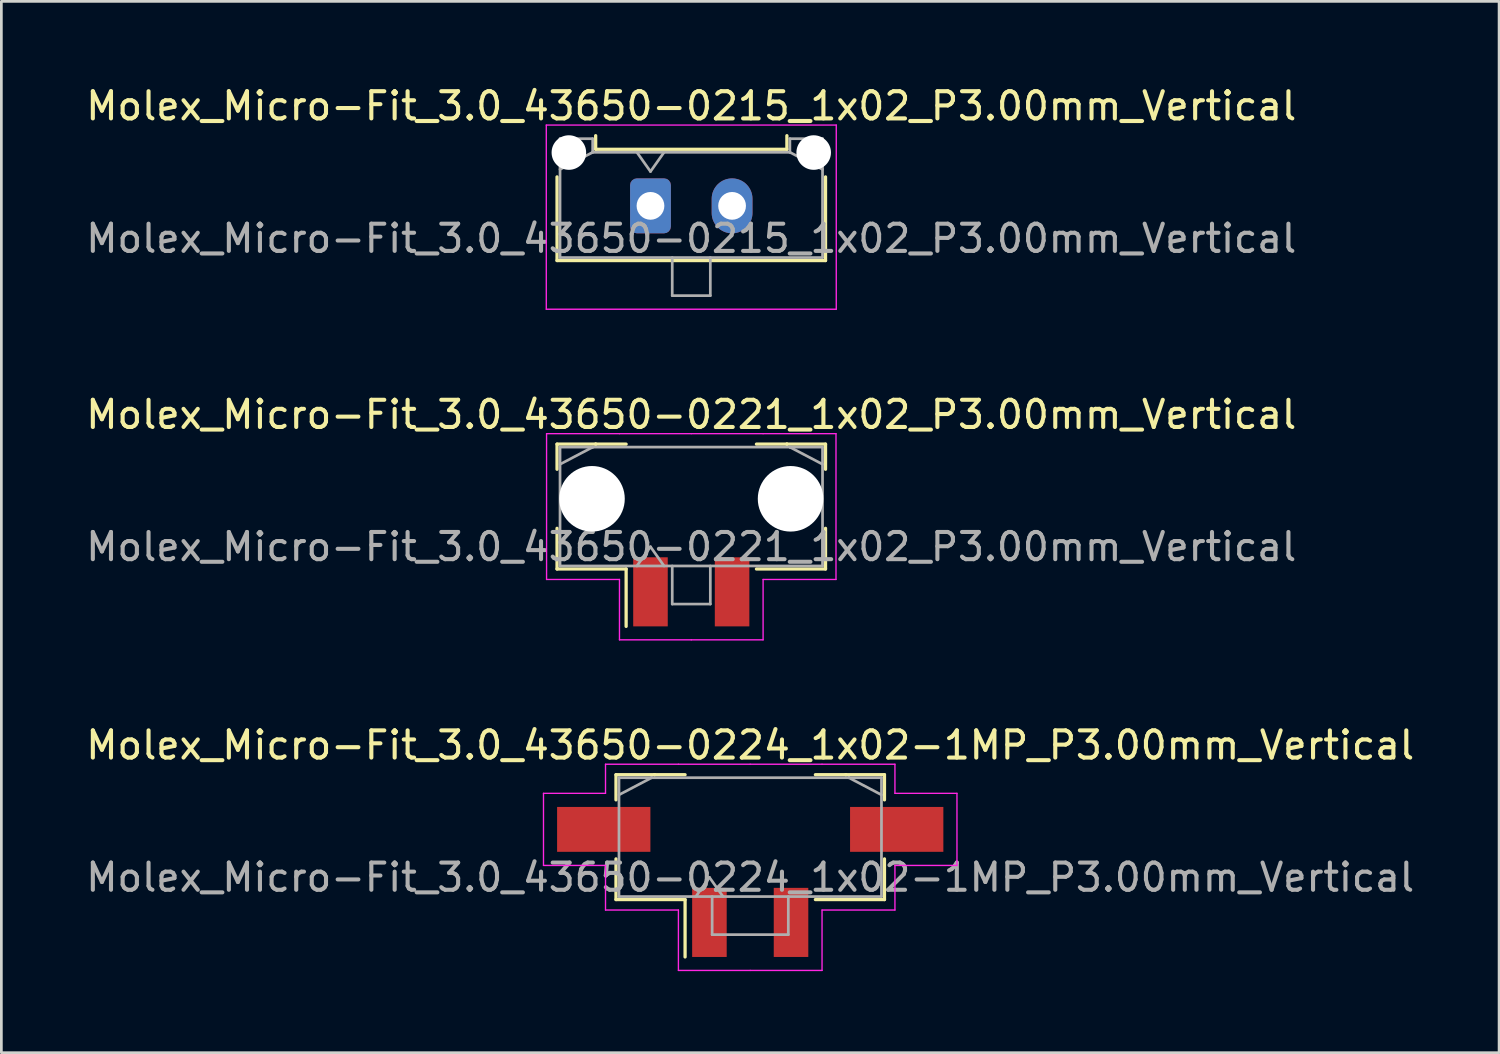
<source format=kicad_pcb>
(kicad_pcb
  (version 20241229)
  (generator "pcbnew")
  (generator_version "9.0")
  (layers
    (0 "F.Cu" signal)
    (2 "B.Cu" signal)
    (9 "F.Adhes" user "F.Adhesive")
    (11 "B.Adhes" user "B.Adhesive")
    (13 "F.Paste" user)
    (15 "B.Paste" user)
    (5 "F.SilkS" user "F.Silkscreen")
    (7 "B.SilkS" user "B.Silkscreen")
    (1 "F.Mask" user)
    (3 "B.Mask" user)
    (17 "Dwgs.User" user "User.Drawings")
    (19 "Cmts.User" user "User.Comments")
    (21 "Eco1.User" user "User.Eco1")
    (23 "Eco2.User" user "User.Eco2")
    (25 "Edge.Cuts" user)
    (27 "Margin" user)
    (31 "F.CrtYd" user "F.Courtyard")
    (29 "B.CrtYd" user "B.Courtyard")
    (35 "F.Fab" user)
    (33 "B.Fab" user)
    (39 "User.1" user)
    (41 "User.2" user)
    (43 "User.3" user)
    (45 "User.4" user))
  (footprint "Molex_Micro-Fit_3.0_43650-0221_1x02_P3.00mm_Vertical"
    (layer "F.Cu")
    (at 22.363 15.572)
    (property "Reference" "Molex_Micro-Fit_3.0_43650-0221_1x02_P3.00mm_Vertical" (at 0 -3.38 0) (layer "F.SilkS") (effects (font (size 1 1) (thickness 0.15))))
    (attr smd)
    (fp_line (start -4.935 -2.295) (end -3.515 -2.295) (stroke (width 0.12) (type solid)) (layer "F.SilkS"))
    (fp_line (start -4.935 -1.37) (end -4.935 -2.295) (stroke (width 0.12) (type solid)) (layer "F.SilkS"))
    (fp_line (start -4.935 0.8) (end -4.935 2.295) (stroke (width 0.12) (type solid)) (layer "F.SilkS"))
    (fp_line (start -4.935 2.295) (end -2.395 2.295) (stroke (width 0.12) (type solid)) (layer "F.SilkS"))
    (fp_line (start -3.515 -2.295) (end -3.515 -2.295) (stroke (width 0.12) (type solid)) (layer "F.SilkS"))
    (fp_line (start -3.515 -2.295) (end -2.395 -2.295) (stroke (width 0.12) (type solid)) (layer "F.SilkS"))
    (fp_line (start -2.395 2.295) (end -2.395 4.405) (stroke (width 0.12) (type solid)) (layer "F.SilkS"))
    (fp_line (start 3.515 -2.295) (end 2.395 -2.295) (stroke (width 0.12) (type solid)) (layer "F.SilkS"))
    (fp_line (start 3.515 -2.295) (end 3.515 -2.295) (stroke (width 0.12) (type solid)) (layer "F.SilkS"))
    (fp_line (start 4.935 -2.295) (end 3.515 -2.295) (stroke (width 0.12) (type solid)) (layer "F.SilkS"))
    (fp_line (start 4.935 -1.37) (end 4.935 -2.295) (stroke (width 0.12) (type solid)) (layer "F.SilkS"))
    (fp_line (start 4.935 0.8) (end 4.935 2.295) (stroke (width 0.12) (type solid)) (layer "F.SilkS"))
    (fp_line (start 4.935 2.295) (end 2.395 2.295) (stroke (width 0.12) (type solid)) (layer "F.SilkS"))
    (fp_line (start -5.32 -2.68) (end -5.32 2.68) (stroke (width 0.05) (type solid)) (layer "F.CrtYd"))
    (fp_line (start -5.32 2.68) (end -2.64 2.68) (stroke (width 0.05) (type solid)) (layer "F.CrtYd"))
    (fp_line (start -2.64 -2.68) (end -5.32 -2.68) (stroke (width 0.05) (type solid)) (layer "F.CrtYd"))
    (fp_line (start -2.64 2.68) (end -2.64 4.9) (stroke (width 0.05) (type solid)) (layer "F.CrtYd"))
    (fp_line (start -2.64 4.9) (end 0 4.9) (stroke (width 0.05) (type solid)) (layer "F.CrtYd"))
    (fp_line (start 0 -2.68) (end -2.64 -2.68) (stroke (width 0.05) (type solid)) (layer "F.CrtYd"))
    (fp_line (start 0 -2.68) (end 2.64 -2.68) (stroke (width 0.05) (type solid)) (layer "F.CrtYd"))
    (fp_line (start 2.64 -2.68) (end 5.32 -2.68) (stroke (width 0.05) (type solid)) (layer "F.CrtYd"))
    (fp_line (start 2.64 2.68) (end 2.64 4.9) (stroke (width 0.05) (type solid)) (layer "F.CrtYd"))
    (fp_line (start 2.64 4.9) (end 0 4.9) (stroke (width 0.05) (type solid)) (layer "F.CrtYd"))
    (fp_line (start 5.32 -2.68) (end 5.32 2.68) (stroke (width 0.05) (type solid)) (layer "F.CrtYd"))
    (fp_line (start 5.32 2.68) (end 2.64 2.68) (stroke (width 0.05) (type solid)) (layer "F.CrtYd"))
    (fp_line (start -4.825 -2.185) (end -4.825 2.185) (stroke (width 0.1) (type solid)) (layer "F.Fab"))
    (fp_line (start -4.825 -1.555) (end -3.625 -2.185) (stroke (width 0.1) (type solid)) (layer "F.Fab"))
    (fp_line (start -4.825 2.185) (end 4.825 2.185) (stroke (width 0.1) (type solid)) (layer "F.Fab"))
    (fp_line (start -3.625 -2.185) (end -4.825 -2.185) (stroke (width 0.1) (type solid)) (layer "F.Fab"))
    (fp_line (start -3.625 -2.185) (end -3.625 -2.185) (stroke (width 0.1) (type solid)) (layer "F.Fab"))
    (fp_line (start -2 2.185) (end -1.5 1.478) (stroke (width 0.1) (type solid)) (layer "F.Fab"))
    (fp_line (start -1.5 1.478) (end -1 2.185) (stroke (width 0.1) (type solid)) (layer "F.Fab"))
    (fp_line (start -0.7 2.185) (end -0.7 3.585) (stroke (width 0.1) (type solid)) (layer "F.Fab"))
    (fp_line (start -0.7 3.585) (end 0.7 3.585) (stroke (width 0.1) (type solid)) (layer "F.Fab"))
    (fp_line (start 0.7 3.585) (end 0.7 2.185) (stroke (width 0.1) (type solid)) (layer "F.Fab"))
    (fp_line (start 3.625 -2.185) (end -3.625 -2.185) (stroke (width 0.1) (type solid)) (layer "F.Fab"))
    (fp_line (start 3.625 -2.185) (end 3.625 -2.185) (stroke (width 0.1) (type solid)) (layer "F.Fab"))
    (fp_line (start 4.825 -2.185) (end 3.625 -2.185) (stroke (width 0.1) (type solid)) (layer "F.Fab"))
    (fp_line (start 4.825 -1.555) (end 3.625 -2.185) (stroke (width 0.1) (type solid)) (layer "F.Fab"))
    (fp_line (start 4.825 2.185) (end 4.825 -2.185) (stroke (width 0.1) (type solid)) (layer "F.Fab"))
    (fp_text user "${REFERENCE}" (at 0 1.48 0) (layer "F.Fab") (effects (font (size 1 1) (thickness 0.15))))
    (pad "" np_thru_hole circle (at -3.65 -0.285) (size 2.41 2.41) (drill 2.41) (layers "*.Cu" "*.Mask"))
    (pad "" np_thru_hole circle (at 3.65 -0.285) (size 2.41 2.41) (drill 2.41) (layers "*.Cu" "*.Mask"))
    (pad "1" smd rect (at -1.5 3.135) (size 1.27 2.54) (layers "F.Cu" "F.Mask" "F.Paste"))
    (pad "2" smd rect (at 1.5 3.135) (size 1.27 2.54) (layers "F.Cu" "F.Mask" "F.Paste")))
  (footprint "Molex_Micro-Fit_3.0_43650-0215_1x02_P3.00mm_Vertical"
    (layer "F.Cu")
    (at 20.863 4.518)
    (property "Reference" "Molex_Micro-Fit_3.0_43650-0215_1x02_P3.00mm_Vertical" (at 1.5 -3.67 0) (layer "F.SilkS") (effects (font (size 1 1) (thickness 0.15))))
    (fp_line (start -3.435 -1.065) (end -3.435 2.01) (stroke (width 0.12) (type solid)) (layer "F.SilkS"))
    (fp_line (start -3.435 2.01) (end 6.435 2.01) (stroke (width 0.12) (type solid)) (layer "F.SilkS"))
    (fp_line (start -2.015 -2.58) (end -2.015 -2.08) (stroke (width 0.12) (type solid)) (layer "F.SilkS"))
    (fp_line (start -2.015 -2.08) (end 5.015 -2.08) (stroke (width 0.12) (type solid)) (layer "F.SilkS"))
    (fp_line (start 5.015 -2.08) (end 5.015 -2.58) (stroke (width 0.12) (type solid)) (layer "F.SilkS"))
    (fp_line (start 6.435 2.01) (end 6.435 -1.065) (stroke (width 0.12) (type solid)) (layer "F.SilkS"))
    (fp_line (start -3.83 -2.97) (end 6.83 -2.97) (stroke (width 0.05) (type solid)) (layer "F.CrtYd"))
    (fp_line (start -3.83 3.8) (end -3.83 -2.97) (stroke (width 0.05) (type solid)) (layer "F.CrtYd"))
    (fp_line (start 6.83 -2.97) (end 6.83 3.8) (stroke (width 0.05) (type solid)) (layer "F.CrtYd"))
    (fp_line (start 6.83 3.8) (end -3.83 3.8) (stroke (width 0.05) (type solid)) (layer "F.CrtYd"))
    (fp_line (start -3.325 -2.47) (end -3.325 1.9) (stroke (width 0.1) (type solid)) (layer "F.Fab"))
    (fp_line (start -3.325 -1.34) (end -2.125 -1.97) (stroke (width 0.1) (type solid)) (layer "F.Fab"))
    (fp_line (start -3.325 1.9) (end 6.325 1.9) (stroke (width 0.1) (type solid)) (layer "F.Fab"))
    (fp_line (start -2.125 -2.47) (end -3.325 -2.47) (stroke (width 0.1) (type solid)) (layer "F.Fab"))
    (fp_line (start -2.125 -1.97) (end -2.125 -2.47) (stroke (width 0.1) (type solid)) (layer "F.Fab"))
    (fp_line (start -0.5 -1.97) (end 0 -1.263) (stroke (width 0.1) (type solid)) (layer "F.Fab"))
    (fp_line (start 0 -1.263) (end 0.5 -1.97) (stroke (width 0.1) (type solid)) (layer "F.Fab"))
    (fp_line (start 0.8 1.9) (end 0.8 3.3) (stroke (width 0.1) (type solid)) (layer "F.Fab"))
    (fp_line (start 0.8 3.3) (end 2.2 3.3) (stroke (width 0.1) (type solid)) (layer "F.Fab"))
    (fp_line (start 2.2 3.3) (end 2.2 1.9) (stroke (width 0.1) (type solid)) (layer "F.Fab"))
    (fp_line (start 5.125 -2.47) (end 5.125 -1.97) (stroke (width 0.1) (type solid)) (layer "F.Fab"))
    (fp_line (start 5.125 -1.97) (end -2.125 -1.97) (stroke (width 0.1) (type solid)) (layer "F.Fab"))
    (fp_line (start 6.325 -2.47) (end 5.125 -2.47) (stroke (width 0.1) (type solid)) (layer "F.Fab"))
    (fp_line (start 6.325 -1.34) (end 5.125 -1.97) (stroke (width 0.1) (type solid)) (layer "F.Fab"))
    (fp_line (start 6.325 1.9) (end 6.325 -2.47) (stroke (width 0.1) (type solid)) (layer "F.Fab"))
    (fp_text user "${REFERENCE}" (at 1.5 1.2 0) (layer "F.Fab") (effects (font (size 1 1) (thickness 0.15))))
    (pad "" np_thru_hole circle (at -3 -1.96) (size 1.27 1.27) (drill 1.27) (layers "*.Cu" "*.Mask"))
    (pad "" np_thru_hole circle (at 6 -1.96) (size 1.27 1.27) (drill 1.27) (layers "*.Cu" "*.Mask"))
    (pad "1" thru_hole roundrect (at 0 0) (size 1.5 2.02) (drill 1.02) (layers "*.Cu" "*.Mask") (roundrect_rratio 0.167))
    (pad "2" thru_hole oval (at 3 0) (size 1.5 2.02) (drill 1.02) (layers "*.Cu" "*.Mask")))
  (footprint "Molex_Micro-Fit_3.0_43650-0224_1x02-1MP_P3.00mm_Vertical"
    (layer "F.Cu")
    (at 24.53 27.725)
    (property "Reference" "Molex_Micro-Fit_3.0_43650-0224_1x02-1MP_P3.00mm_Vertical" (at 0 -3.38 0) (layer "F.SilkS") (effects (font (size 1 1) (thickness 0.15))))
    (attr smd)
    (fp_line (start -4.935 -2.295) (end -3.515 -2.295) (stroke (width 0.12) (type solid)) (layer "F.SilkS"))
    (fp_line (start -4.935 -1.37) (end -4.935 -2.295) (stroke (width 0.12) (type solid)) (layer "F.SilkS"))
    (fp_line (start -4.935 0.8) (end -4.935 2.295) (stroke (width 0.12) (type solid)) (layer "F.SilkS"))
    (fp_line (start -4.935 2.295) (end -2.395 2.295) (stroke (width 0.12) (type solid)) (layer "F.SilkS"))
    (fp_line (start -3.515 -2.295) (end -3.515 -2.295) (stroke (width 0.12) (type solid)) (layer "F.SilkS"))
    (fp_line (start -3.515 -2.295) (end -2.395 -2.295) (stroke (width 0.12) (type solid)) (layer "F.SilkS"))
    (fp_line (start -2.395 2.295) (end -2.395 4.405) (stroke (width 0.12) (type solid)) (layer "F.SilkS"))
    (fp_line (start 3.515 -2.295) (end 2.395 -2.295) (stroke (width 0.12) (type solid)) (layer "F.SilkS"))
    (fp_line (start 3.515 -2.295) (end 3.515 -2.295) (stroke (width 0.12) (type solid)) (layer "F.SilkS"))
    (fp_line (start 4.935 -2.295) (end 3.515 -2.295) (stroke (width 0.12) (type solid)) (layer "F.SilkS"))
    (fp_line (start 4.935 -1.37) (end 4.935 -2.295) (stroke (width 0.12) (type solid)) (layer "F.SilkS"))
    (fp_line (start 4.935 0.8) (end 4.935 2.295) (stroke (width 0.12) (type solid)) (layer "F.SilkS"))
    (fp_line (start 4.935 2.295) (end 2.395 2.295) (stroke (width 0.12) (type solid)) (layer "F.SilkS"))
    (fp_line (start -7.6 -1.61) (end -7.6 1.04) (stroke (width 0.05) (type solid)) (layer "F.CrtYd"))
    (fp_line (start -7.6 1.04) (end -5.32 1.04) (stroke (width 0.05) (type solid)) (layer "F.CrtYd"))
    (fp_line (start -5.32 -2.68) (end -5.32 -1.61) (stroke (width 0.05) (type solid)) (layer "F.CrtYd"))
    (fp_line (start -5.32 -1.61) (end -7.6 -1.61) (stroke (width 0.05) (type solid)) (layer "F.CrtYd"))
    (fp_line (start -5.32 1.04) (end -5.32 2.68) (stroke (width 0.05) (type solid)) (layer "F.CrtYd"))
    (fp_line (start -5.32 2.68) (end -2.64 2.68) (stroke (width 0.05) (type solid)) (layer "F.CrtYd"))
    (fp_line (start -2.64 -2.68) (end -5.32 -2.68) (stroke (width 0.05) (type solid)) (layer "F.CrtYd"))
    (fp_line (start -2.64 2.68) (end -2.64 4.9) (stroke (width 0.05) (type solid)) (layer "F.CrtYd"))
    (fp_line (start -2.64 4.9) (end 0 4.9) (stroke (width 0.05) (type solid)) (layer "F.CrtYd"))
    (fp_line (start 0 -2.68) (end -2.64 -2.68) (stroke (width 0.05) (type solid)) (layer "F.CrtYd"))
    (fp_line (start 0 -2.68) (end 2.64 -2.68) (stroke (width 0.05) (type solid)) (layer "F.CrtYd"))
    (fp_line (start 2.64 -2.68) (end 5.32 -2.68) (stroke (width 0.05) (type solid)) (layer "F.CrtYd"))
    (fp_line (start 2.64 2.68) (end 2.64 4.9) (stroke (width 0.05) (type solid)) (layer "F.CrtYd"))
    (fp_line (start 2.64 4.9) (end 0 4.9) (stroke (width 0.05) (type solid)) (layer "F.CrtYd"))
    (fp_line (start 5.32 -2.68) (end 5.32 -1.61) (stroke (width 0.05) (type solid)) (layer "F.CrtYd"))
    (fp_line (start 5.32 -1.61) (end 7.6 -1.61) (stroke (width 0.05) (type solid)) (layer "F.CrtYd"))
    (fp_line (start 5.32 1.04) (end 5.32 2.68) (stroke (width 0.05) (type solid)) (layer "F.CrtYd"))
    (fp_line (start 5.32 2.68) (end 2.64 2.68) (stroke (width 0.05) (type solid)) (layer "F.CrtYd"))
    (fp_line (start 7.6 -1.61) (end 7.6 1.04) (stroke (width 0.05) (type solid)) (layer "F.CrtYd"))
    (fp_line (start 7.6 1.04) (end 5.32 1.04) (stroke (width 0.05) (type solid)) (layer "F.CrtYd"))
    (fp_line (start -4.825 -2.185) (end -4.825 2.185) (stroke (width 0.1) (type solid)) (layer "F.Fab"))
    (fp_line (start -4.825 -1.555) (end -3.625 -2.185) (stroke (width 0.1) (type solid)) (layer "F.Fab"))
    (fp_line (start -4.825 2.185) (end 4.825 2.185) (stroke (width 0.1) (type solid)) (layer "F.Fab"))
    (fp_line (start -3.625 -2.185) (end -4.825 -2.185) (stroke (width 0.1) (type solid)) (layer "F.Fab"))
    (fp_line (start -3.625 -2.185) (end -3.625 -2.185) (stroke (width 0.1) (type solid)) (layer "F.Fab"))
    (fp_line (start -2 2.185) (end -1.5 1.478) (stroke (width 0.1) (type solid)) (layer "F.Fab"))
    (fp_line (start -1.5 1.478) (end -1 2.185) (stroke (width 0.1) (type solid)) (layer "F.Fab"))
    (fp_line (start -1.4 2.185) (end -1.4 3.585) (stroke (width 0.1) (type solid)) (layer "F.Fab"))
    (fp_line (start -1.4 3.585) (end 1.4 3.585) (stroke (width 0.1) (type solid)) (layer "F.Fab"))
    (fp_line (start 1.4 3.585) (end 1.4 2.185) (stroke (width 0.1) (type solid)) (layer "F.Fab"))
    (fp_line (start 3.625 -2.185) (end -3.625 -2.185) (stroke (width 0.1) (type solid)) (layer "F.Fab"))
    (fp_line (start 3.625 -2.185) (end 3.625 -2.185) (stroke (width 0.1) (type solid)) (layer "F.Fab"))
    (fp_line (start 4.825 -2.185) (end 3.625 -2.185) (stroke (width 0.1) (type solid)) (layer "F.Fab"))
    (fp_line (start 4.825 -1.555) (end 3.625 -2.185) (stroke (width 0.1) (type solid)) (layer "F.Fab"))
    (fp_line (start 4.825 2.185) (end 4.825 -2.185) (stroke (width 0.1) (type solid)) (layer "F.Fab"))
    (fp_text user "${REFERENCE}" (at 0 1.48 0) (layer "F.Fab") (effects (font (size 1 1) (thickness 0.15))))
    (pad "1" smd rect (at -1.5 3.135) (size 1.27 2.54) (layers "F.Cu" "F.Mask" "F.Paste"))
    (pad "2" smd rect (at 1.5 3.135) (size 1.27 2.54) (layers "F.Cu" "F.Mask" "F.Paste"))
    (pad "MP" smd rect (at -5.385 -0.285) (size 3.43 1.65) (layers "F.Cu" "F.Mask" "F.Paste"))
    (pad "MP" smd rect (at 5.385 -0.285) (size 3.43 1.65) (layers "F.Cu" "F.Mask" "F.Paste")))
  (gr_rect
    (start -3 -3)
    (end 52.06 35.65)
    (stroke (width 0.1) (type default))
    (fill no)
    (layer "Edge.Cuts")))
</source>
